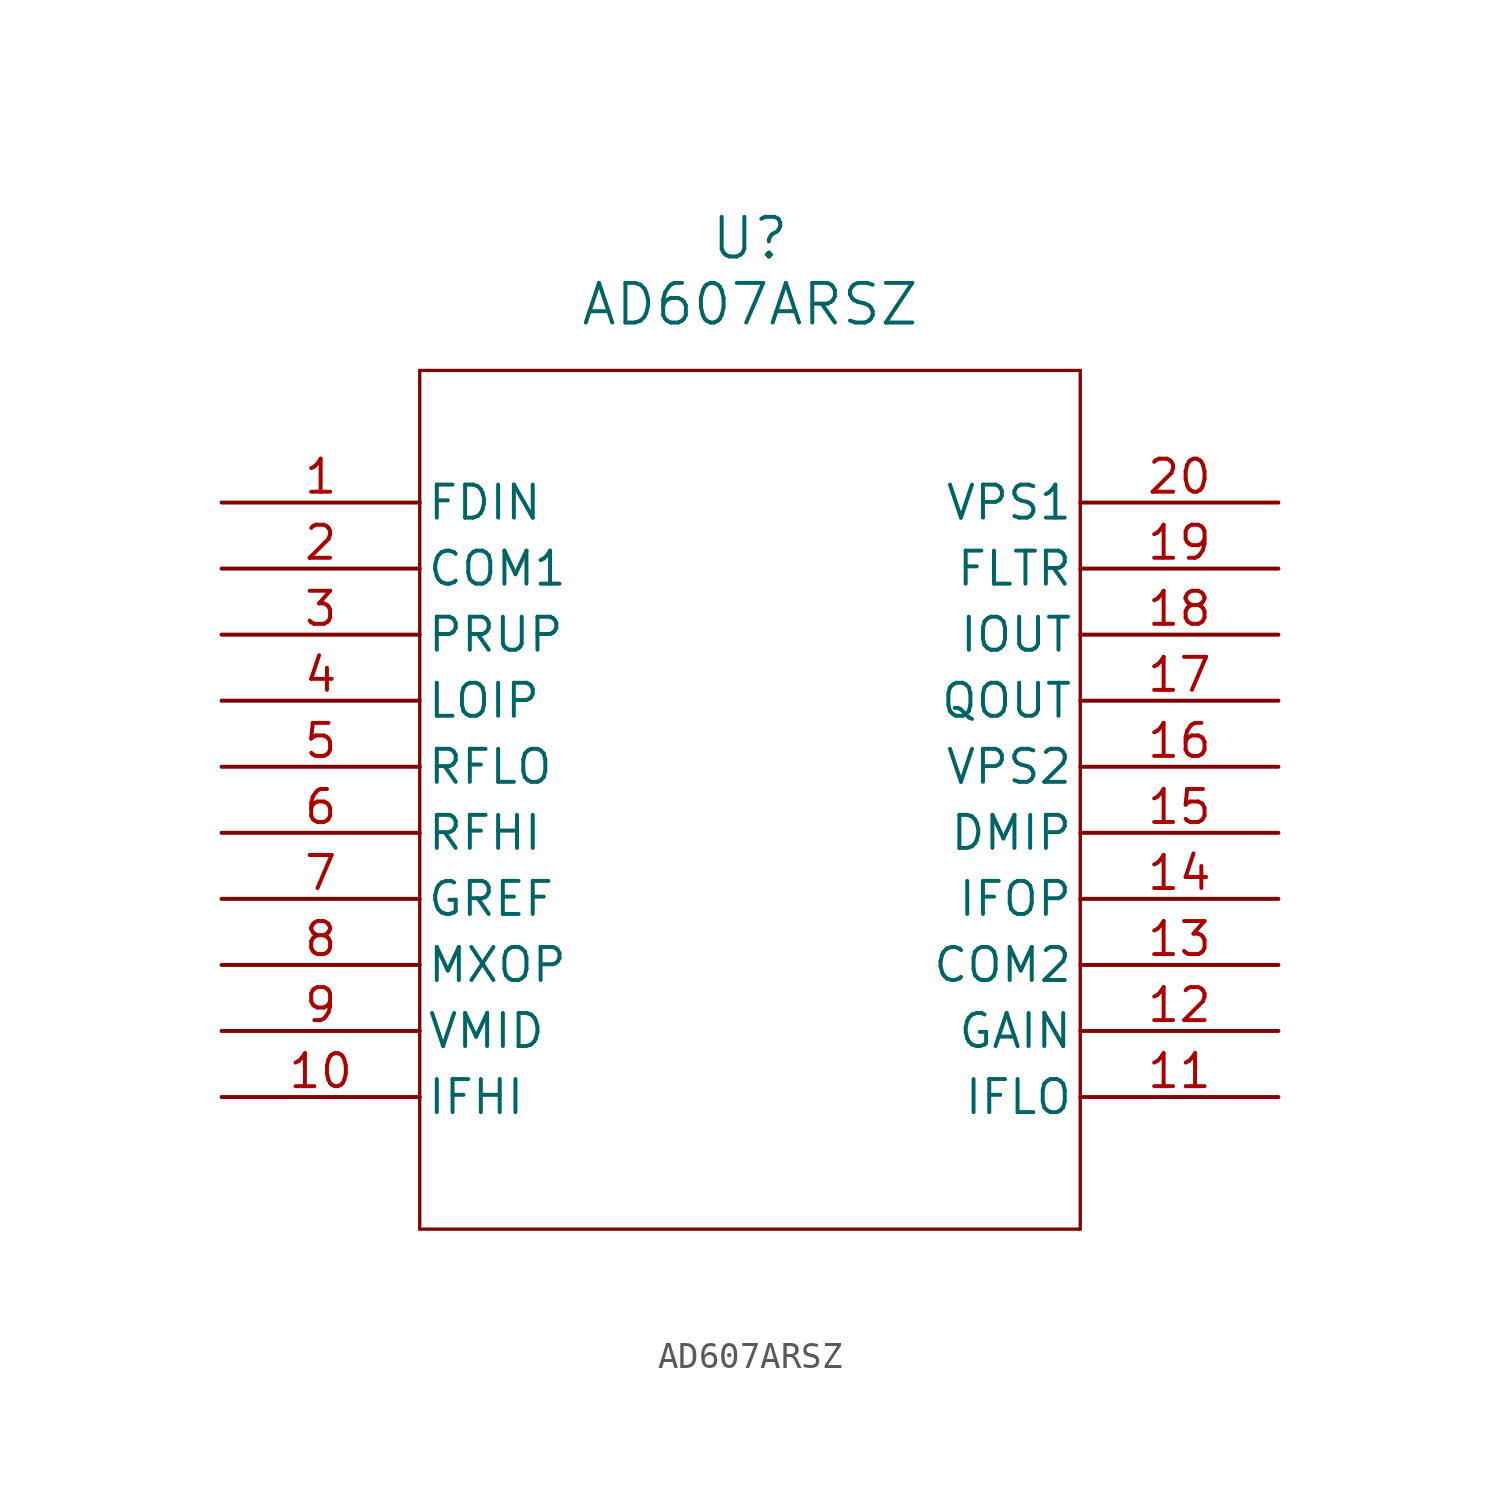
<source format=kicad_sym>
(kicad_symbol_lib
  (version 20211014)
  (generator kicad_symbol_editor)
  (symbol "AD607ARSZ"
    (pin_names
      (offset 0.254))
    (property "Reference" "U"
      (at 20.32 10.16 0)
      (effects (font (size 1.524 1.524))))
    (property "Value" "AD607ARSZ"
      (at 20.32 7.62 0)
      (effects (font (size 1.524 1.524))))
    (symbol "AD607ARSZ_0_1"
      (polyline (pts (xy 7.62 5.08) (xy 7.62 -27.94)) (stroke (width 0.127) (type default) (color 0 0 0 0)) (fill (type none)))
      (polyline (pts (xy 7.62 -27.94) (xy 33.02 -27.94)) (stroke (width 0.127) (type default) (color 0 0 0 0)) (fill (type none)))
      (polyline (pts (xy 33.02 -27.94) (xy 33.02 5.08)) (stroke (width 0.127) (type default) (color 0 0 0 0)) (fill (type none)))
      (polyline (pts (xy 33.02 5.08) (xy 7.62 5.08)) (stroke (width 0.127) (type default) (color 0 0 0 0)) (fill (type none)))
      (pin unspecified line (at 0 0 0) (length 7.62) (name "FDIN" (effects (font (size 1.27 1.27)))) (number "1" (effects (font (size 1.27 1.27)))))
      (pin unspecified line (at 0 -2.54 0) (length 7.62) (name "COM1" (effects (font (size 1.27 1.27)))) (number "2" (effects (font (size 1.27 1.27)))))
      (pin unspecified line (at 0 -5.08 0) (length 7.62) (name "PRUP" (effects (font (size 1.27 1.27)))) (number "3" (effects (font (size 1.27 1.27)))))
      (pin unspecified line (at 0 -7.62 0) (length 7.62) (name "LOIP" (effects (font (size 1.27 1.27)))) (number "4" (effects (font (size 1.27 1.27)))))
      (pin unspecified line (at 0 -10.16 0) (length 7.62) (name "RFLO" (effects (font (size 1.27 1.27)))) (number "5" (effects (font (size 1.27 1.27)))))
      (pin unspecified line (at 0 -12.7 0) (length 7.62) (name "RFHI" (effects (font (size 1.27 1.27)))) (number "6" (effects (font (size 1.27 1.27)))))
      (pin unspecified line (at 0 -15.24 0) (length 7.62) (name "GREF" (effects (font (size 1.27 1.27)))) (number "7" (effects (font (size 1.27 1.27)))))
      (pin unspecified line (at 0 -17.78 0) (length 7.62) (name "MXOP" (effects (font (size 1.27 1.27)))) (number "8" (effects (font (size 1.27 1.27)))))
      (pin unspecified line (at 0 -20.32 0) (length 7.62) (name "VMID" (effects (font (size 1.27 1.27)))) (number "9" (effects (font (size 1.27 1.27)))))
      (pin unspecified line (at 0 -22.86 0) (length 7.62) (name "IFHI" (effects (font (size 1.27 1.27)))) (number "10" (effects (font (size 1.27 1.27)))))
      (pin unspecified line (at 40.64 -22.86 180) (length 7.62) (name "IFLO" (effects (font (size 1.27 1.27)))) (number "11" (effects (font (size 1.27 1.27)))))
      (pin unspecified line (at 40.64 -20.32 180) (length 7.62) (name "GAIN" (effects (font (size 1.27 1.27)))) (number "12" (effects (font (size 1.27 1.27)))))
      (pin unspecified line (at 40.64 -17.78 180) (length 7.62) (name "COM2" (effects (font (size 1.27 1.27)))) (number "13" (effects (font (size 1.27 1.27)))))
      (pin unspecified line (at 40.64 -15.24 180) (length 7.62) (name "IFOP" (effects (font (size 1.27 1.27)))) (number "14" (effects (font (size 1.27 1.27)))))
      (pin unspecified line (at 40.64 -12.7 180) (length 7.62) (name "DMIP" (effects (font (size 1.27 1.27)))) (number "15" (effects (font (size 1.27 1.27)))))
      (pin power_in line (at 40.64 -10.16 180) (length 7.62) (name "VPS2" (effects (font (size 1.27 1.27)))) (number "16" (effects (font (size 1.27 1.27)))))
      (pin unspecified line (at 40.64 -7.62 180) (length 7.62) (name "QOUT" (effects (font (size 1.27 1.27)))) (number "17" (effects (font (size 1.27 1.27)))))
      (pin unspecified line (at 40.64 -5.08 180) (length 7.62) (name "IOUT" (effects (font (size 1.27 1.27)))) (number "18" (effects (font (size 1.27 1.27)))))
      (pin unspecified line (at 40.64 -2.54 180) (length 7.62) (name "FLTR" (effects (font (size 1.27 1.27)))) (number "19" (effects (font (size 1.27 1.27)))))
      (pin power_in line (at 40.64 0 180) (length 7.62) (name "VPS1" (effects (font (size 1.27 1.27)))) (number "20" (effects (font (size 1.27 1.27))))))))
</source>
